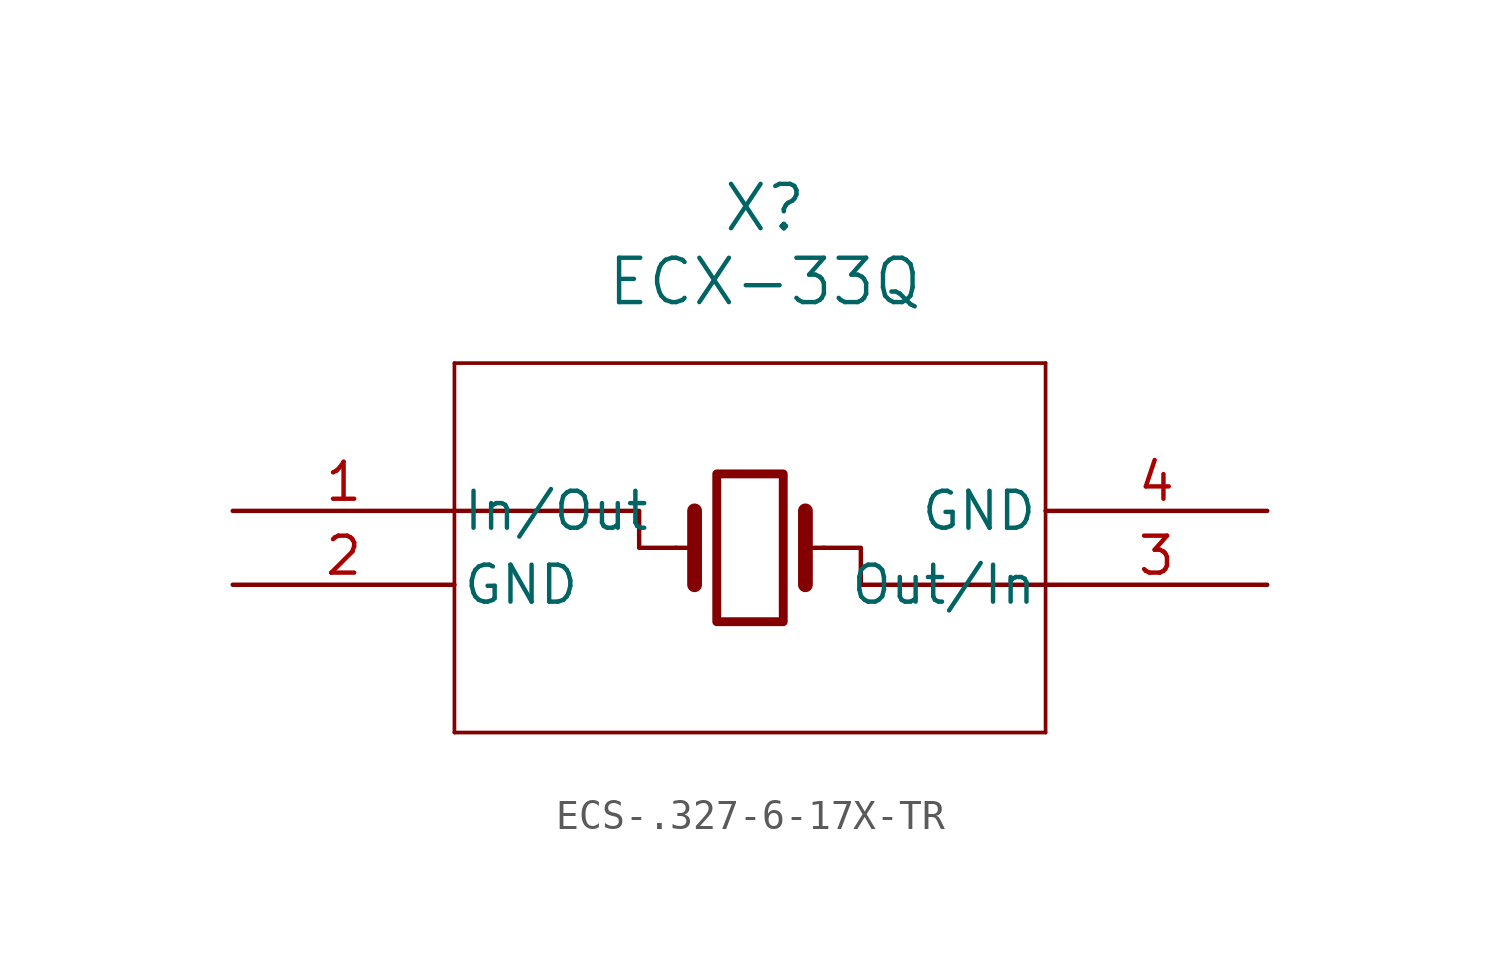
<source format=kicad_sym>
(kicad_symbol_lib
  (version 20241209)
  (generator "kicad_symbol_editor")
  (generator_version "9.0")
  (symbol "ECS-.327-6-17X-TR"
    (pin_names
      (offset 0.254))
    (property "Reference" "X"
      (at 18.288 10.414 0)
      (effects (font (size 1.524 1.524))))
    (property "Value" "ECX-33Q"
      (at 18.288 7.874 0)
      (effects (font (size 1.524 1.524))))
    (symbol "ECS-.327-6-17X-TR_0_1"
      (polyline (pts (xy 7.62 5.08) (xy 7.62 -7.62)) (stroke (width 0.127) (type default)) (fill (type none)))
      (polyline (pts (xy 7.62 0) (xy 13.97 0) (xy 13.97 -1.27) (xy 15.24 -1.27)) (stroke (width 0) (type default)) (fill (type none)))
      (polyline (pts (xy 7.62 -7.62) (xy 27.94 -7.62)) (stroke (width 0.127) (type default)) (fill (type none)))
      (polyline (pts (xy 15.24 -1.27) (xy 15.875 -1.27)) (stroke (width 0) (type default)) (fill (type none)))
      (polyline (pts (xy 15.875 0) (xy 15.875 -2.54)) (stroke (width 0.508) (type default)) (fill (type none)))
      (rectangle (start 16.637 1.27) (end 18.923 -3.81) (stroke (width 0.305) (type default)) (fill (type none)))
      (polyline (pts (xy 19.685 0) (xy 19.685 -2.54)) (stroke (width 0.508) (type default)) (fill (type none)))
      (polyline (pts (xy 20.32 -1.27) (xy 19.685 -1.27)) (stroke (width 0) (type default)) (fill (type none)))
      (polyline (pts (xy 20.32 -1.27) (xy 21.59 -1.27) (xy 21.59 -2.54) (xy 27.94 -2.54)) (stroke (width 0) (type default)) (fill (type none)))
      (polyline (pts (xy 27.94 5.08) (xy 7.62 5.08)) (stroke (width 0.127) (type default)) (fill (type none)))
      (polyline (pts (xy 27.94 -7.62) (xy 27.94 5.08)) (stroke (width 0.127) (type default)) (fill (type none))))
    (symbol "ECS-.327-6-17X-TR_1_1"
      (pin bidirectional line (at 0 0 0) (length 7.62) (name "In/Out" (effects (font (size 1.27 1.27)))) (number "1" (effects (font (size 1.27 1.27)))))
      (pin unspecified line (at 0 -2.54 0) (length 7.62) (name "GND" (effects (font (size 1.27 1.27)))) (number "2" (effects (font (size 1.27 1.27)))))
      (pin unspecified line (at 35.56 0 180) (length 7.62) (name "GND" (effects (font (size 1.27 1.27)))) (number "4" (effects (font (size 1.27 1.27)))))
      (pin bidirectional line (at 35.56 -2.54 180) (length 7.62) (name "Out/In" (effects (font (size 1.27 1.27)))) (number "3" (effects (font (size 1.27 1.27))))))))
</source>
